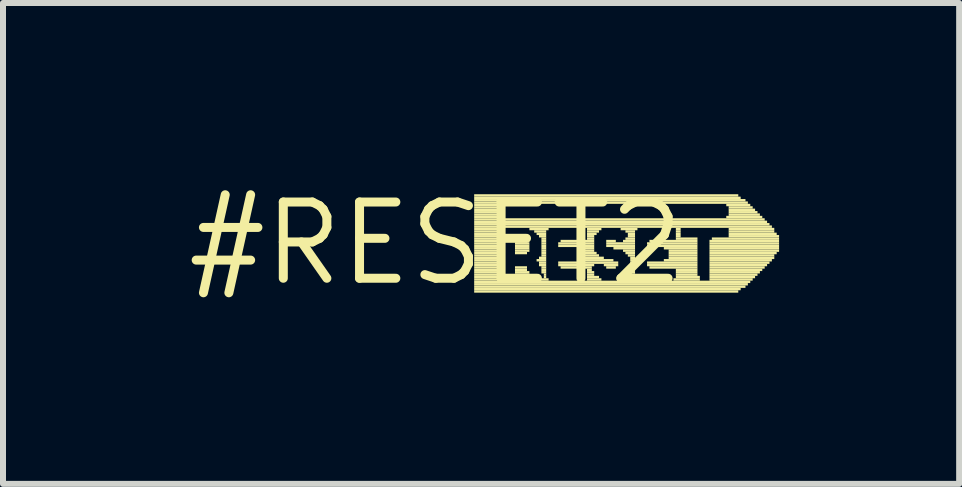
<source format=kicad_pcb>
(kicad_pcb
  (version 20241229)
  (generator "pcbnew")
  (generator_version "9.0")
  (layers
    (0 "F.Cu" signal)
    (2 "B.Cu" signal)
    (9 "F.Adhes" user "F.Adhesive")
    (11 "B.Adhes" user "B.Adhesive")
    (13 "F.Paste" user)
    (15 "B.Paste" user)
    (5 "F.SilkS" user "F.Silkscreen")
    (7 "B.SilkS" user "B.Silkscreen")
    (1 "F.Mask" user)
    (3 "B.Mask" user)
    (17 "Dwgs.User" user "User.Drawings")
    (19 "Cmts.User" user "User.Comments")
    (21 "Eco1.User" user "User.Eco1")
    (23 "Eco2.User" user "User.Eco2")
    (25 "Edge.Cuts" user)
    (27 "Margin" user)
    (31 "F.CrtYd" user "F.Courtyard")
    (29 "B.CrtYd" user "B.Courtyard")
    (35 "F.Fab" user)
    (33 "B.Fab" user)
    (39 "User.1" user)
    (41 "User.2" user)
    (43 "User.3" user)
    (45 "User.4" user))
  (footprint "#RESET2"
    (layer "F.Cu")
    (at 4.21 1.006)
    (property "Reference" "#RESET2" (at 0 0 0) (layer "F.SilkS") (effects (font (size 1.27 1.27) (thickness 0.15))))
    (attr through_hole)
    (fp_poly (pts (xy 0.64 -0.78) (xy 5.04 -0.78) (xy 5.04 -0.82) (xy 0.64 -0.82)) (stroke (width 0) (type solid)) (fill yes) (layer "F.SilkS"))
    (fp_poly (pts (xy 0.64 -0.74) (xy 5.08 -0.74) (xy 5.08 -0.78) (xy 0.64 -0.78)) (stroke (width 0) (type solid)) (fill yes) (layer "F.SilkS"))
    (fp_poly (pts (xy 0.64 -0.7) (xy 5.16 -0.7) (xy 5.16 -0.74) (xy 0.64 -0.74)) (stroke (width 0) (type solid)) (fill yes) (layer "F.SilkS"))
    (fp_poly (pts (xy 0.64 -0.66) (xy 5.2 -0.66) (xy 5.2 -0.7) (xy 0.64 -0.7)) (stroke (width 0) (type solid)) (fill yes) (layer "F.SilkS"))
    (fp_poly (pts (xy 0.64 -0.62) (xy 1.08 -0.62) (xy 1.08 -0.66) (xy 0.64 -0.66)) (stroke (width 0) (type solid)) (fill yes) (layer "F.SilkS"))
    (fp_poly (pts (xy 0.64 -0.58) (xy 1.04 -0.58) (xy 1.04 -0.62) (xy 0.64 -0.62)) (stroke (width 0) (type solid)) (fill yes) (layer "F.SilkS"))
    (fp_poly (pts (xy 0.64 -0.54) (xy 1.04 -0.54) (xy 1.04 -0.58) (xy 0.64 -0.58)) (stroke (width 0) (type solid)) (fill yes) (layer "F.SilkS"))
    (fp_poly (pts (xy 0.64 -0.5) (xy 1.04 -0.5) (xy 1.04 -0.54) (xy 0.64 -0.54)) (stroke (width 0) (type solid)) (fill yes) (layer "F.SilkS"))
    (fp_poly (pts (xy 0.64 -0.46) (xy 1.04 -0.46) (xy 1.04 -0.5) (xy 0.64 -0.5)) (stroke (width 0) (type solid)) (fill yes) (layer "F.SilkS"))
    (fp_poly (pts (xy 0.64 -0.42) (xy 1.08 -0.42) (xy 1.08 -0.46) (xy 0.64 -0.46)) (stroke (width 0) (type solid)) (fill yes) (layer "F.SilkS"))
    (fp_poly (pts (xy 0.64 -0.38) (xy 5.48 -0.38) (xy 5.48 -0.42) (xy 0.64 -0.42)) (stroke (width 0) (type solid)) (fill yes) (layer "F.SilkS"))
    (fp_poly (pts (xy 0.64 -0.34) (xy 5.52 -0.34) (xy 5.52 -0.38) (xy 0.64 -0.38)) (stroke (width 0) (type solid)) (fill yes) (layer "F.SilkS"))
    (fp_poly (pts (xy 0.64 -0.3) (xy 5.56 -0.3) (xy 5.56 -0.34) (xy 0.64 -0.34)) (stroke (width 0) (type solid)) (fill yes) (layer "F.SilkS"))
    (fp_poly (pts (xy 0.64 -0.26) (xy 5.6 -0.26) (xy 5.6 -0.3) (xy 0.64 -0.3)) (stroke (width 0) (type solid)) (fill yes) (layer "F.SilkS"))
    (fp_poly (pts (xy 0.64 -0.22) (xy 1.12 -0.22) (xy 1.12 -0.26) (xy 0.64 -0.26)) (stroke (width 0) (type solid)) (fill yes) (layer "F.SilkS"))
    (fp_poly (pts (xy 0.64 -0.18) (xy 1.12 -0.18) (xy 1.12 -0.22) (xy 0.64 -0.22)) (stroke (width 0) (type solid)) (fill yes) (layer "F.SilkS"))
    (fp_poly (pts (xy 0.64 -0.14) (xy 1.12 -0.14) (xy 1.12 -0.18) (xy 0.64 -0.18)) (stroke (width 0) (type solid)) (fill yes) (layer "F.SilkS"))
    (fp_poly (pts (xy 0.64 -0.1) (xy 1.12 -0.1) (xy 1.12 -0.14) (xy 0.64 -0.14)) (stroke (width 0) (type solid)) (fill yes) (layer "F.SilkS"))
    (fp_poly (pts (xy 0.64 -0.06) (xy 1.12 -0.06) (xy 1.12 -0.1) (xy 0.64 -0.1)) (stroke (width 0) (type solid)) (fill yes) (layer "F.SilkS"))
    (fp_poly (pts (xy 0.64 -0.02) (xy 1.12 -0.02) (xy 1.12 -0.06) (xy 0.64 -0.06)) (stroke (width 0) (type solid)) (fill yes) (layer "F.SilkS"))
    (fp_poly (pts (xy 0.64 0.02) (xy 1.12 0.02) (xy 1.12 -0.02) (xy 0.64 -0.02)) (stroke (width 0) (type solid)) (fill yes) (layer "F.SilkS"))
    (fp_poly (pts (xy 0.64 0.06) (xy 1.12 0.06) (xy 1.12 0.02) (xy 0.64 0.02)) (stroke (width 0) (type solid)) (fill yes) (layer "F.SilkS"))
    (fp_poly (pts (xy 0.64 0.1) (xy 1.12 0.1) (xy 1.12 0.06) (xy 0.64 0.06)) (stroke (width 0) (type solid)) (fill yes) (layer "F.SilkS"))
    (fp_poly (pts (xy 0.64 0.14) (xy 1.12 0.14) (xy 1.12 0.1) (xy 0.64 0.1)) (stroke (width 0) (type solid)) (fill yes) (layer "F.SilkS"))
    (fp_poly (pts (xy 0.64 0.18) (xy 1.12 0.18) (xy 1.12 0.14) (xy 0.64 0.14)) (stroke (width 0) (type solid)) (fill yes) (layer "F.SilkS"))
    (fp_poly (pts (xy 0.64 0.22) (xy 1.12 0.22) (xy 1.12 0.18) (xy 0.64 0.18)) (stroke (width 0) (type solid)) (fill yes) (layer "F.SilkS"))
    (fp_poly (pts (xy 0.64 0.26) (xy 1.12 0.26) (xy 1.12 0.22) (xy 0.64 0.22)) (stroke (width 0) (type solid)) (fill yes) (layer "F.SilkS"))
    (fp_poly (pts (xy 0.64 0.3) (xy 1.12 0.3) (xy 1.12 0.26) (xy 0.64 0.26)) (stroke (width 0) (type solid)) (fill yes) (layer "F.SilkS"))
    (fp_poly (pts (xy 0.64 0.34) (xy 1.12 0.34) (xy 1.12 0.3) (xy 0.64 0.3)) (stroke (width 0) (type solid)) (fill yes) (layer "F.SilkS"))
    (fp_poly (pts (xy 0.64 0.38) (xy 1.12 0.38) (xy 1.12 0.34) (xy 0.64 0.34)) (stroke (width 0) (type solid)) (fill yes) (layer "F.SilkS"))
    (fp_poly (pts (xy 0.64 0.42) (xy 1.12 0.42) (xy 1.12 0.38) (xy 0.64 0.38)) (stroke (width 0) (type solid)) (fill yes) (layer "F.SilkS"))
    (fp_poly (pts (xy 0.64 0.46) (xy 1.12 0.46) (xy 1.12 0.42) (xy 0.64 0.42)) (stroke (width 0) (type solid)) (fill yes) (layer "F.SilkS"))
    (fp_poly (pts (xy 0.64 0.5) (xy 1.12 0.5) (xy 1.12 0.46) (xy 0.64 0.46)) (stroke (width 0) (type solid)) (fill yes) (layer "F.SilkS"))
    (fp_poly (pts (xy 0.64 0.54) (xy 1.12 0.54) (xy 1.12 0.5) (xy 0.64 0.5)) (stroke (width 0) (type solid)) (fill yes) (layer "F.SilkS"))
    (fp_poly (pts (xy 0.64 0.58) (xy 1.12 0.58) (xy 1.12 0.54) (xy 0.64 0.54)) (stroke (width 0) (type solid)) (fill yes) (layer "F.SilkS"))
    (fp_poly (pts (xy 0.64 0.62) (xy 1.12 0.62) (xy 1.12 0.58) (xy 0.64 0.58)) (stroke (width 0) (type solid)) (fill yes) (layer "F.SilkS"))
    (fp_poly (pts (xy 0.64 0.66) (xy 5.24 0.66) (xy 5.24 0.62) (xy 0.64 0.62)) (stroke (width 0) (type solid)) (fill yes) (layer "F.SilkS"))
    (fp_poly (pts (xy 0.64 0.7) (xy 5.2 0.7) (xy 5.2 0.66) (xy 0.64 0.66)) (stroke (width 0) (type solid)) (fill yes) (layer "F.SilkS"))
    (fp_poly (pts (xy 0.64 0.74) (xy 5.16 0.74) (xy 5.16 0.7) (xy 0.64 0.7)) (stroke (width 0) (type solid)) (fill yes) (layer "F.SilkS"))
    (fp_poly (pts (xy 0.64 0.78) (xy 5.08 0.78) (xy 5.08 0.74) (xy 0.64 0.74)) (stroke (width 0) (type solid)) (fill yes) (layer "F.SilkS"))
    (fp_poly (pts (xy 0.64 0.82) (xy 5.04 0.82) (xy 5.04 0.78) (xy 0.64 0.78)) (stroke (width 0) (type solid)) (fill yes) (layer "F.SilkS"))
    (fp_poly (pts (xy 1.28 0.62) (xy 1.6 0.62) (xy 1.6 0.58) (xy 1.28 0.58)) (stroke (width 0) (type solid)) (fill yes) (layer "F.SilkS"))
    (fp_poly (pts (xy 1.32 -0.02) (xy 1.52 -0.02) (xy 1.52 -0.06) (xy 1.32 -0.06)) (stroke (width 0) (type solid)) (fill yes) (layer "F.SilkS"))
    (fp_poly (pts (xy 1.32 0.02) (xy 1.56 0.02) (xy 1.56 -0.02) (xy 1.32 -0.02)) (stroke (width 0) (type solid)) (fill yes) (layer "F.SilkS"))
    (fp_poly (pts (xy 1.32 0.06) (xy 1.56 0.06) (xy 1.56 0.02) (xy 1.32 0.02)) (stroke (width 0) (type solid)) (fill yes) (layer "F.SilkS"))
    (fp_poly (pts (xy 1.32 0.1) (xy 1.56 0.1) (xy 1.56 0.06) (xy 1.32 0.06)) (stroke (width 0) (type solid)) (fill yes) (layer "F.SilkS"))
    (fp_poly (pts (xy 1.32 0.14) (xy 1.56 0.14) (xy 1.56 0.1) (xy 1.32 0.1)) (stroke (width 0) (type solid)) (fill yes) (layer "F.SilkS"))
    (fp_poly (pts (xy 1.32 0.18) (xy 1.52 0.18) (xy 1.52 0.14) (xy 1.32 0.14)) (stroke (width 0) (type solid)) (fill yes) (layer "F.SilkS"))
    (fp_poly (pts (xy 1.32 0.42) (xy 1.52 0.42) (xy 1.52 0.38) (xy 1.32 0.38)) (stroke (width 0) (type solid)) (fill yes) (layer "F.SilkS"))
    (fp_poly (pts (xy 1.32 0.46) (xy 1.52 0.46) (xy 1.52 0.42) (xy 1.32 0.42)) (stroke (width 0) (type solid)) (fill yes) (layer "F.SilkS"))
    (fp_poly (pts (xy 1.32 0.5) (xy 1.56 0.5) (xy 1.56 0.46) (xy 1.32 0.46)) (stroke (width 0) (type solid)) (fill yes) (layer "F.SilkS"))
    (fp_poly (pts (xy 1.32 0.54) (xy 1.56 0.54) (xy 1.56 0.5) (xy 1.32 0.5)) (stroke (width 0) (type solid)) (fill yes) (layer "F.SilkS"))
    (fp_poly (pts (xy 1.32 0.58) (xy 1.6 0.58) (xy 1.6 0.54) (xy 1.32 0.54)) (stroke (width 0) (type solid)) (fill yes) (layer "F.SilkS"))
    (fp_poly (pts (xy 1.56 -0.22) (xy 1.88 -0.22) (xy 1.88 -0.26) (xy 1.56 -0.26)) (stroke (width 0) (type solid)) (fill yes) (layer "F.SilkS"))
    (fp_poly (pts (xy 1.64 -0.18) (xy 1.84 -0.18) (xy 1.84 -0.22) (xy 1.64 -0.22)) (stroke (width 0) (type solid)) (fill yes) (layer "F.SilkS"))
    (fp_poly (pts (xy 1.68 -0.14) (xy 1.84 -0.14) (xy 1.84 -0.18) (xy 1.68 -0.18)) (stroke (width 0) (type solid)) (fill yes) (layer "F.SilkS"))
    (fp_poly (pts (xy 1.68 0.3) (xy 1.84 0.3) (xy 1.84 0.26) (xy 1.68 0.26)) (stroke (width 0) (type solid)) (fill yes) (layer "F.SilkS"))
    (fp_poly (pts (xy 1.72 -0.1) (xy 1.84 -0.1) (xy 1.84 -0.14) (xy 1.72 -0.14)) (stroke (width 0) (type solid)) (fill yes) (layer "F.SilkS"))
    (fp_poly (pts (xy 1.72 0.26) (xy 1.84 0.26) (xy 1.84 0.22) (xy 1.72 0.22)) (stroke (width 0) (type solid)) (fill yes) (layer "F.SilkS"))
    (fp_poly (pts (xy 1.72 0.34) (xy 1.84 0.34) (xy 1.84 0.3) (xy 1.72 0.3)) (stroke (width 0) (type solid)) (fill yes) (layer "F.SilkS"))
    (fp_poly (pts (xy 1.72 0.38) (xy 1.84 0.38) (xy 1.84 0.34) (xy 1.72 0.34)) (stroke (width 0) (type solid)) (fill yes) (layer "F.SilkS"))
    (fp_poly (pts (xy 1.72 0.62) (xy 1.88 0.62) (xy 1.88 0.58) (xy 1.72 0.58)) (stroke (width 0) (type solid)) (fill yes) (layer "F.SilkS"))
    (fp_poly (pts (xy 1.76 -0.06) (xy 1.84 -0.06) (xy 1.84 -0.1) (xy 1.76 -0.1)) (stroke (width 0) (type solid)) (fill yes) (layer "F.SilkS"))
    (fp_poly (pts (xy 1.76 -0.02) (xy 1.84 -0.02) (xy 1.84 -0.06) (xy 1.76 -0.06)) (stroke (width 0) (type solid)) (fill yes) (layer "F.SilkS"))
    (fp_poly (pts (xy 1.76 0.02) (xy 1.84 0.02) (xy 1.84 -0.02) (xy 1.76 -0.02)) (stroke (width 0) (type solid)) (fill yes) (layer "F.SilkS"))
    (fp_poly (pts (xy 1.76 0.06) (xy 1.84 0.06) (xy 1.84 0.02) (xy 1.76 0.02)) (stroke (width 0) (type solid)) (fill yes) (layer "F.SilkS"))
    (fp_poly (pts (xy 1.76 0.1) (xy 1.84 0.1) (xy 1.84 0.06) (xy 1.76 0.06)) (stroke (width 0) (type solid)) (fill yes) (layer "F.SilkS"))
    (fp_poly (pts (xy 1.76 0.14) (xy 1.84 0.14) (xy 1.84 0.1) (xy 1.76 0.1)) (stroke (width 0) (type solid)) (fill yes) (layer "F.SilkS"))
    (fp_poly (pts (xy 1.76 0.18) (xy 1.84 0.18) (xy 1.84 0.14) (xy 1.76 0.14)) (stroke (width 0) (type solid)) (fill yes) (layer "F.SilkS"))
    (fp_poly (pts (xy 1.76 0.22) (xy 1.84 0.22) (xy 1.84 0.18) (xy 1.76 0.18)) (stroke (width 0) (type solid)) (fill yes) (layer "F.SilkS"))
    (fp_poly (pts (xy 1.76 0.42) (xy 1.84 0.42) (xy 1.84 0.38) (xy 1.76 0.38)) (stroke (width 0) (type solid)) (fill yes) (layer "F.SilkS"))
    (fp_poly (pts (xy 1.76 0.46) (xy 1.84 0.46) (xy 1.84 0.42) (xy 1.76 0.42)) (stroke (width 0) (type solid)) (fill yes) (layer "F.SilkS"))
    (fp_poly (pts (xy 1.76 0.5) (xy 1.84 0.5) (xy 1.84 0.46) (xy 1.76 0.46)) (stroke (width 0) (type solid)) (fill yes) (layer "F.SilkS"))
    (fp_poly (pts (xy 1.8 0.54) (xy 1.84 0.54) (xy 1.84 0.5) (xy 1.8 0.5)) (stroke (width 0) (type solid)) (fill yes) (layer "F.SilkS"))
    (fp_poly (pts (xy 1.8 0.58) (xy 1.84 0.58) (xy 1.84 0.54) (xy 1.8 0.54)) (stroke (width 0) (type solid)) (fill yes) (layer "F.SilkS"))
    (fp_poly (pts (xy 2.04 0.02) (xy 2.64 0.02) (xy 2.64 -0.02) (xy 2.04 -0.02)) (stroke (width 0) (type solid)) (fill yes) (layer "F.SilkS"))
    (fp_poly (pts (xy 2.04 0.06) (xy 2.64 0.06) (xy 2.64 0.02) (xy 2.04 0.02)) (stroke (width 0) (type solid)) (fill yes) (layer "F.SilkS"))
    (fp_poly (pts (xy 2.04 0.34) (xy 3.04 0.34) (xy 3.04 0.3) (xy 2.04 0.3)) (stroke (width 0) (type solid)) (fill yes) (layer "F.SilkS"))
    (fp_poly (pts (xy 2.04 0.38) (xy 2.64 0.38) (xy 2.64 0.34) (xy 2.04 0.34)) (stroke (width 0) (type solid)) (fill yes) (layer "F.SilkS"))
    (fp_poly (pts (xy 2.08 -0.02) (xy 2.64 -0.02) (xy 2.64 -0.06) (xy 2.08 -0.06)) (stroke (width 0) (type solid)) (fill yes) (layer "F.SilkS"))
    (fp_poly (pts (xy 2.08 0.42) (xy 2.6 0.42) (xy 2.6 0.38) (xy 2.08 0.38)) (stroke (width 0) (type solid)) (fill yes) (layer "F.SilkS"))
    (fp_poly (pts (xy 2.36 0.1) (xy 2.64 0.1) (xy 2.64 0.06) (xy 2.36 0.06)) (stroke (width 0) (type solid)) (fill yes) (layer "F.SilkS"))
    (fp_poly (pts (xy 2.36 0.3) (xy 2.96 0.3) (xy 2.96 0.26) (xy 2.36 0.26)) (stroke (width 0) (type solid)) (fill yes) (layer "F.SilkS"))
    (fp_poly (pts (xy 2.4 0.14) (xy 2.64 0.14) (xy 2.64 0.1) (xy 2.4 0.1)) (stroke (width 0) (type solid)) (fill yes) (layer "F.SilkS"))
    (fp_poly (pts (xy 2.4 0.18) (xy 2.68 0.18) (xy 2.68 0.14) (xy 2.4 0.14)) (stroke (width 0) (type solid)) (fill yes) (layer "F.SilkS"))
    (fp_poly (pts (xy 2.4 0.22) (xy 2.72 0.22) (xy 2.72 0.18) (xy 2.4 0.18)) (stroke (width 0) (type solid)) (fill yes) (layer "F.SilkS"))
    (fp_poly (pts (xy 2.4 0.26) (xy 2.8 0.26) (xy 2.8 0.22) (xy 2.4 0.22)) (stroke (width 0) (type solid)) (fill yes) (layer "F.SilkS"))
    (fp_poly (pts (xy 2.52 -0.22) (xy 2.76 -0.22) (xy 2.76 -0.26) (xy 2.52 -0.26)) (stroke (width 0) (type solid)) (fill yes) (layer "F.SilkS"))
    (fp_poly (pts (xy 2.52 -0.18) (xy 2.72 -0.18) (xy 2.72 -0.22) (xy 2.52 -0.22)) (stroke (width 0) (type solid)) (fill yes) (layer "F.SilkS"))
    (fp_poly (pts (xy 2.52 -0.14) (xy 2.68 -0.14) (xy 2.68 -0.18) (xy 2.52 -0.18)) (stroke (width 0) (type solid)) (fill yes) (layer "F.SilkS"))
    (fp_poly (pts (xy 2.52 -0.1) (xy 2.64 -0.1) (xy 2.64 -0.14) (xy 2.52 -0.14)) (stroke (width 0) (type solid)) (fill yes) (layer "F.SilkS"))
    (fp_poly (pts (xy 2.52 -0.06) (xy 2.64 -0.06) (xy 2.64 -0.1) (xy 2.52 -0.1)) (stroke (width 0) (type solid)) (fill yes) (layer "F.SilkS"))
    (fp_poly (pts (xy 2.52 0.46) (xy 2.6 0.46) (xy 2.6 0.42) (xy 2.52 0.42)) (stroke (width 0) (type solid)) (fill yes) (layer "F.SilkS"))
    (fp_poly (pts (xy 2.52 0.5) (xy 2.64 0.5) (xy 2.64 0.46) (xy 2.52 0.46)) (stroke (width 0) (type solid)) (fill yes) (layer "F.SilkS"))
    (fp_poly (pts (xy 2.52 0.54) (xy 2.64 0.54) (xy 2.64 0.5) (xy 2.52 0.5)) (stroke (width 0) (type solid)) (fill yes) (layer "F.SilkS"))
    (fp_poly (pts (xy 2.52 0.58) (xy 2.72 0.58) (xy 2.72 0.54) (xy 2.52 0.54)) (stroke (width 0) (type solid)) (fill yes) (layer "F.SilkS"))
    (fp_poly (pts (xy 2.52 0.62) (xy 2.76 0.62) (xy 2.76 0.58) (xy 2.52 0.58)) (stroke (width 0) (type solid)) (fill yes) (layer "F.SilkS"))
    (fp_poly (pts (xy 2.8 0.38) (xy 3.04 0.38) (xy 3.04 0.34) (xy 2.8 0.34)) (stroke (width 0) (type solid)) (fill yes) (layer "F.SilkS"))
    (fp_poly (pts (xy 2.84 -0.02) (xy 3 -0.02) (xy 3 -0.06) (xy 2.84 -0.06)) (stroke (width 0) (type solid)) (fill yes) (layer "F.SilkS"))
    (fp_poly (pts (xy 2.84 0.02) (xy 3.32 0.02) (xy 3.32 -0.02) (xy 2.84 -0.02)) (stroke (width 0) (type solid)) (fill yes) (layer "F.SilkS"))
    (fp_poly (pts (xy 2.84 0.06) (xy 3.32 0.06) (xy 3.32 0.02) (xy 2.84 0.02)) (stroke (width 0) (type solid)) (fill yes) (layer "F.SilkS"))
    (fp_poly (pts (xy 2.84 0.42) (xy 3 0.42) (xy 3 0.38) (xy 2.84 0.38)) (stroke (width 0) (type solid)) (fill yes) (layer "F.SilkS"))
    (fp_poly (pts (xy 2.96 0.1) (xy 3.32 0.1) (xy 3.32 0.06) (xy 2.96 0.06)) (stroke (width 0) (type solid)) (fill yes) (layer "F.SilkS"))
    (fp_poly (pts (xy 3.08 -0.22) (xy 3.36 -0.22) (xy 3.36 -0.26) (xy 3.08 -0.26)) (stroke (width 0) (type solid)) (fill yes) (layer "F.SilkS"))
    (fp_poly (pts (xy 3.08 0.62) (xy 3.36 0.62) (xy 3.36 0.58) (xy 3.08 0.58)) (stroke (width 0) (type solid)) (fill yes) (layer "F.SilkS"))
    (fp_poly (pts (xy 3.12 -0.02) (xy 3.32 -0.02) (xy 3.32 -0.06) (xy 3.12 -0.06)) (stroke (width 0) (type solid)) (fill yes) (layer "F.SilkS"))
    (fp_poly (pts (xy 3.12 0.14) (xy 3.32 0.14) (xy 3.32 0.1) (xy 3.12 0.1)) (stroke (width 0) (type solid)) (fill yes) (layer "F.SilkS"))
    (fp_poly (pts (xy 3.12 0.58) (xy 3.32 0.58) (xy 3.32 0.54) (xy 3.12 0.54)) (stroke (width 0) (type solid)) (fill yes) (layer "F.SilkS"))
    (fp_poly (pts (xy 3.16 -0.18) (xy 3.32 -0.18) (xy 3.32 -0.22) (xy 3.16 -0.22)) (stroke (width 0) (type solid)) (fill yes) (layer "F.SilkS"))
    (fp_poly (pts (xy 3.16 -0.06) (xy 3.32 -0.06) (xy 3.32 -0.1) (xy 3.16 -0.1)) (stroke (width 0) (type solid)) (fill yes) (layer "F.SilkS"))
    (fp_poly (pts (xy 3.16 0.18) (xy 3.32 0.18) (xy 3.32 0.14) (xy 3.16 0.14)) (stroke (width 0) (type solid)) (fill yes) (layer "F.SilkS"))
    (fp_poly (pts (xy 3.2 -0.14) (xy 3.32 -0.14) (xy 3.32 -0.18) (xy 3.2 -0.18)) (stroke (width 0) (type solid)) (fill yes) (layer "F.SilkS"))
    (fp_poly (pts (xy 3.2 -0.1) (xy 3.32 -0.1) (xy 3.32 -0.14) (xy 3.2 -0.14)) (stroke (width 0) (type solid)) (fill yes) (layer "F.SilkS"))
    (fp_poly (pts (xy 3.2 0.22) (xy 3.32 0.22) (xy 3.32 0.18) (xy 3.2 0.18)) (stroke (width 0) (type solid)) (fill yes) (layer "F.SilkS"))
    (fp_poly (pts (xy 3.2 0.5) (xy 3.32 0.5) (xy 3.32 0.46) (xy 3.2 0.46)) (stroke (width 0) (type solid)) (fill yes) (layer "F.SilkS"))
    (fp_poly (pts (xy 3.2 0.54) (xy 3.32 0.54) (xy 3.32 0.5) (xy 3.2 0.5)) (stroke (width 0) (type solid)) (fill yes) (layer "F.SilkS"))
    (fp_poly (pts (xy 3.24 0.26) (xy 3.32 0.26) (xy 3.32 0.22) (xy 3.24 0.22)) (stroke (width 0) (type solid)) (fill yes) (layer "F.SilkS"))
    (fp_poly (pts (xy 3.24 0.3) (xy 3.32 0.3) (xy 3.32 0.26) (xy 3.24 0.26)) (stroke (width 0) (type solid)) (fill yes) (layer "F.SilkS"))
    (fp_poly (pts (xy 3.24 0.34) (xy 3.32 0.34) (xy 3.32 0.3) (xy 3.24 0.3)) (stroke (width 0) (type solid)) (fill yes) (layer "F.SilkS"))
    (fp_poly (pts (xy 3.24 0.38) (xy 3.32 0.38) (xy 3.32 0.34) (xy 3.24 0.34)) (stroke (width 0) (type solid)) (fill yes) (layer "F.SilkS"))
    (fp_poly (pts (xy 3.24 0.42) (xy 3.32 0.42) (xy 3.32 0.38) (xy 3.24 0.38)) (stroke (width 0) (type solid)) (fill yes) (layer "F.SilkS"))
    (fp_poly (pts (xy 3.24 0.46) (xy 3.32 0.46) (xy 3.32 0.42) (xy 3.24 0.42)) (stroke (width 0) (type solid)) (fill yes) (layer "F.SilkS"))
    (fp_poly (pts (xy 3.52 0.02) (xy 4.36 0.02) (xy 4.36 -0.02) (xy 3.52 -0.02)) (stroke (width 0) (type solid)) (fill yes) (layer "F.SilkS"))
    (fp_poly (pts (xy 3.52 0.06) (xy 4.36 0.06) (xy 4.36 0.02) (xy 3.52 0.02)) (stroke (width 0) (type solid)) (fill yes) (layer "F.SilkS"))
    (fp_poly (pts (xy 3.52 0.34) (xy 4.36 0.34) (xy 4.36 0.3) (xy 3.52 0.3)) (stroke (width 0) (type solid)) (fill yes) (layer "F.SilkS"))
    (fp_poly (pts (xy 3.52 0.38) (xy 4.36 0.38) (xy 4.36 0.34) (xy 3.52 0.34)) (stroke (width 0) (type solid)) (fill yes) (layer "F.SilkS"))
    (fp_poly (pts (xy 3.56 -0.02) (xy 4.36 -0.02) (xy 4.36 -0.06) (xy 3.56 -0.06)) (stroke (width 0) (type solid)) (fill yes) (layer "F.SilkS"))
    (fp_poly (pts (xy 3.56 0.42) (xy 4.36 0.42) (xy 4.36 0.38) (xy 3.56 0.38)) (stroke (width 0) (type solid)) (fill yes) (layer "F.SilkS"))
    (fp_poly (pts (xy 3.8 0.1) (xy 4.36 0.1) (xy 4.36 0.06) (xy 3.8 0.06)) (stroke (width 0) (type solid)) (fill yes) (layer "F.SilkS"))
    (fp_poly (pts (xy 3.8 0.3) (xy 4.36 0.3) (xy 4.36 0.26) (xy 3.8 0.26)) (stroke (width 0) (type solid)) (fill yes) (layer "F.SilkS"))
    (fp_poly (pts (xy 3.88 0.14) (xy 4.36 0.14) (xy 4.36 0.1) (xy 3.88 0.1)) (stroke (width 0) (type solid)) (fill yes) (layer "F.SilkS"))
    (fp_poly (pts (xy 3.88 0.18) (xy 4.36 0.18) (xy 4.36 0.14) (xy 3.88 0.14)) (stroke (width 0) (type solid)) (fill yes) (layer "F.SilkS"))
    (fp_poly (pts (xy 3.88 0.22) (xy 4.36 0.22) (xy 4.36 0.18) (xy 3.88 0.18)) (stroke (width 0) (type solid)) (fill yes) (layer "F.SilkS"))
    (fp_poly (pts (xy 3.88 0.26) (xy 4.36 0.26) (xy 4.36 0.22) (xy 3.88 0.22)) (stroke (width 0) (type solid)) (fill yes) (layer "F.SilkS"))
    (fp_poly (pts (xy 3.96 0.62) (xy 4.4 0.62) (xy 4.4 0.58) (xy 3.96 0.58)) (stroke (width 0) (type solid)) (fill yes) (layer "F.SilkS"))
    (fp_poly (pts (xy 4 -0.22) (xy 4.08 -0.22) (xy 4.08 -0.26) (xy 4 -0.26)) (stroke (width 0) (type solid)) (fill yes) (layer "F.SilkS"))
    (fp_poly (pts (xy 4 -0.18) (xy 4.08 -0.18) (xy 4.08 -0.22) (xy 4 -0.22)) (stroke (width 0) (type solid)) (fill yes) (layer "F.SilkS"))
    (fp_poly (pts (xy 4 -0.14) (xy 4.08 -0.14) (xy 4.08 -0.18) (xy 4 -0.18)) (stroke (width 0) (type solid)) (fill yes) (layer "F.SilkS"))
    (fp_poly (pts (xy 4 -0.1) (xy 4.08 -0.1) (xy 4.08 -0.14) (xy 4 -0.14)) (stroke (width 0) (type solid)) (fill yes) (layer "F.SilkS"))
    (fp_poly (pts (xy 4 -0.06) (xy 4.36 -0.06) (xy 4.36 -0.1) (xy 4 -0.1)) (stroke (width 0) (type solid)) (fill yes) (layer "F.SilkS"))
    (fp_poly (pts (xy 4 0.46) (xy 4.36 0.46) (xy 4.36 0.42) (xy 4 0.42)) (stroke (width 0) (type solid)) (fill yes) (layer "F.SilkS"))
    (fp_poly (pts (xy 4 0.5) (xy 4.36 0.5) (xy 4.36 0.46) (xy 4 0.46)) (stroke (width 0) (type solid)) (fill yes) (layer "F.SilkS"))
    (fp_poly (pts (xy 4 0.54) (xy 4.36 0.54) (xy 4.36 0.5) (xy 4 0.5)) (stroke (width 0) (type solid)) (fill yes) (layer "F.SilkS"))
    (fp_poly (pts (xy 4 0.58) (xy 4.4 0.58) (xy 4.4 0.54) (xy 4 0.54)) (stroke (width 0) (type solid)) (fill yes) (layer "F.SilkS"))
    (fp_poly (pts (xy 4.56 -0.02) (xy 5.72 -0.02) (xy 5.72 -0.06) (xy 4.56 -0.06)) (stroke (width 0) (type solid)) (fill yes) (layer "F.SilkS"))
    (fp_poly (pts (xy 4.56 0.02) (xy 5.72 0.02) (xy 5.72 -0.02) (xy 4.56 -0.02)) (stroke (width 0) (type solid)) (fill yes) (layer "F.SilkS"))
    (fp_poly (pts (xy 4.56 0.06) (xy 5.72 0.06) (xy 5.72 0.02) (xy 4.56 0.02)) (stroke (width 0) (type solid)) (fill yes) (layer "F.SilkS"))
    (fp_poly (pts (xy 4.56 0.1) (xy 5.72 0.1) (xy 5.72 0.06) (xy 4.56 0.06)) (stroke (width 0) (type solid)) (fill yes) (layer "F.SilkS"))
    (fp_poly (pts (xy 4.56 0.14) (xy 5.72 0.14) (xy 5.72 0.1) (xy 4.56 0.1)) (stroke (width 0) (type solid)) (fill yes) (layer "F.SilkS"))
    (fp_poly (pts (xy 4.56 0.18) (xy 5.68 0.18) (xy 5.68 0.14) (xy 4.56 0.14)) (stroke (width 0) (type solid)) (fill yes) (layer "F.SilkS"))
    (fp_poly (pts (xy 4.56 0.22) (xy 5.64 0.22) (xy 5.64 0.18) (xy 4.56 0.18)) (stroke (width 0) (type solid)) (fill yes) (layer "F.SilkS"))
    (fp_poly (pts (xy 4.56 0.26) (xy 5.64 0.26) (xy 5.64 0.22) (xy 4.56 0.22)) (stroke (width 0) (type solid)) (fill yes) (layer "F.SilkS"))
    (fp_poly (pts (xy 4.56 0.3) (xy 5.6 0.3) (xy 5.6 0.26) (xy 4.56 0.26)) (stroke (width 0) (type solid)) (fill yes) (layer "F.SilkS"))
    (fp_poly (pts (xy 4.56 0.34) (xy 5.56 0.34) (xy 5.56 0.3) (xy 4.56 0.3)) (stroke (width 0) (type solid)) (fill yes) (layer "F.SilkS"))
    (fp_poly (pts (xy 4.56 0.38) (xy 5.52 0.38) (xy 5.52 0.34) (xy 4.56 0.34)) (stroke (width 0) (type solid)) (fill yes) (layer "F.SilkS"))
    (fp_poly (pts (xy 4.56 0.42) (xy 5.48 0.42) (xy 5.48 0.38) (xy 4.56 0.38)) (stroke (width 0) (type solid)) (fill yes) (layer "F.SilkS"))
    (fp_poly (pts (xy 4.56 0.46) (xy 5.44 0.46) (xy 5.44 0.42) (xy 4.56 0.42)) (stroke (width 0) (type solid)) (fill yes) (layer "F.SilkS"))
    (fp_poly (pts (xy 4.56 0.5) (xy 5.4 0.5) (xy 5.4 0.46) (xy 4.56 0.46)) (stroke (width 0) (type solid)) (fill yes) (layer "F.SilkS"))
    (fp_poly (pts (xy 4.56 0.54) (xy 5.36 0.54) (xy 5.36 0.5) (xy 4.56 0.5)) (stroke (width 0) (type solid)) (fill yes) (layer "F.SilkS"))
    (fp_poly (pts (xy 4.56 0.58) (xy 5.32 0.58) (xy 5.32 0.54) (xy 4.56 0.54)) (stroke (width 0) (type solid)) (fill yes) (layer "F.SilkS"))
    (fp_poly (pts (xy 4.56 0.62) (xy 5.28 0.62) (xy 5.28 0.58) (xy 4.56 0.58)) (stroke (width 0) (type solid)) (fill yes) (layer "F.SilkS"))
    (fp_poly (pts (xy 4.6 -0.06) (xy 5.72 -0.06) (xy 5.72 -0.1) (xy 4.6 -0.1)) (stroke (width 0) (type solid)) (fill yes) (layer "F.SilkS"))
    (fp_poly (pts (xy 4.84 -0.62) (xy 5.24 -0.62) (xy 5.24 -0.66) (xy 4.84 -0.66)) (stroke (width 0) (type solid)) (fill yes) (layer "F.SilkS"))
    (fp_poly (pts (xy 4.84 -0.42) (xy 5.44 -0.42) (xy 5.44 -0.46) (xy 4.84 -0.46)) (stroke (width 0) (type solid)) (fill yes) (layer "F.SilkS"))
    (fp_poly (pts (xy 4.88 -0.58) (xy 5.28 -0.58) (xy 5.28 -0.62) (xy 4.88 -0.62)) (stroke (width 0) (type solid)) (fill yes) (layer "F.SilkS"))
    (fp_poly (pts (xy 4.88 -0.54) (xy 5.32 -0.54) (xy 5.32 -0.58) (xy 4.88 -0.58)) (stroke (width 0) (type solid)) (fill yes) (layer "F.SilkS"))
    (fp_poly (pts (xy 4.88 -0.5) (xy 5.36 -0.5) (xy 5.36 -0.54) (xy 4.88 -0.54)) (stroke (width 0) (type solid)) (fill yes) (layer "F.SilkS"))
    (fp_poly (pts (xy 4.88 -0.46) (xy 5.4 -0.46) (xy 5.4 -0.5) (xy 4.88 -0.5)) (stroke (width 0) (type solid)) (fill yes) (layer "F.SilkS"))
    (fp_poly (pts (xy 4.88 -0.22) (xy 5.64 -0.22) (xy 5.64 -0.26) (xy 4.88 -0.26)) (stroke (width 0) (type solid)) (fill yes) (layer "F.SilkS"))
    (fp_poly (pts (xy 4.88 -0.18) (xy 5.64 -0.18) (xy 5.64 -0.22) (xy 4.88 -0.22)) (stroke (width 0) (type solid)) (fill yes) (layer "F.SilkS"))
    (fp_poly (pts (xy 4.88 -0.14) (xy 5.68 -0.14) (xy 5.68 -0.18) (xy 4.88 -0.18)) (stroke (width 0) (type solid)) (fill yes) (layer "F.SilkS"))
    (fp_poly (pts (xy 4.88 -0.1) (xy 5.72 -0.1) (xy 5.72 -0.14) (xy 4.88 -0.14)) (stroke (width 0) (type solid)) (fill yes) (layer "F.SilkS")))
  (gr_rect
    (start -3 -3)
    (end 12.93 5.012)
    (stroke (width 0.1) (type default))
    (fill no)
    (layer "Edge.Cuts")))
</source>
